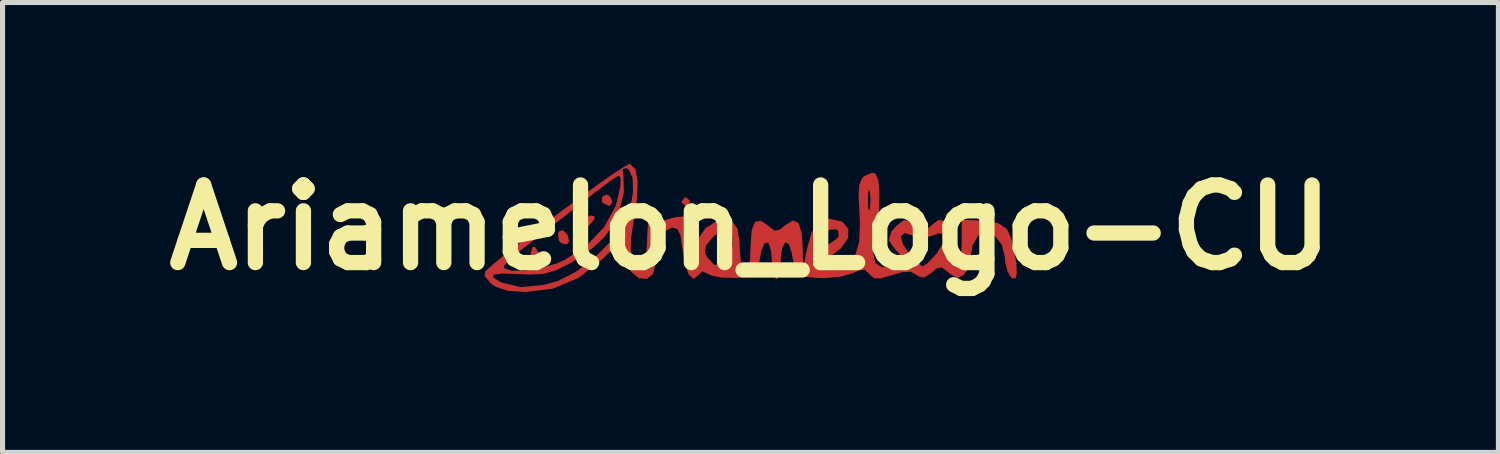
<source format=kicad_pcb>
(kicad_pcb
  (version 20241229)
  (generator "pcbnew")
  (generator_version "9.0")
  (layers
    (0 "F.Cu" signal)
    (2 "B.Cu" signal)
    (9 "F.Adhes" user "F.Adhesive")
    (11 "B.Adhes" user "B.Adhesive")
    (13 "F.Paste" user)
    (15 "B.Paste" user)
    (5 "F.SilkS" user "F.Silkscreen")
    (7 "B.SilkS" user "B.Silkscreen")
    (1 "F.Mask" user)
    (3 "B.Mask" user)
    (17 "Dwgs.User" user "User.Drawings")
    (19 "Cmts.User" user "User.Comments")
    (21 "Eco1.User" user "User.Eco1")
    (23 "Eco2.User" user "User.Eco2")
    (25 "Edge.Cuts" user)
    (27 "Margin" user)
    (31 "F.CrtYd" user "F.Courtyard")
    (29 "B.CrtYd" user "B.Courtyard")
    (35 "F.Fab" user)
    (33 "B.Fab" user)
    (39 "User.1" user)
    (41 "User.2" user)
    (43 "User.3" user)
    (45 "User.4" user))
  (footprint "Ariamelon_Logo-CU"
    (layer "F.Cu")
    (at 11.691 1.418)
    (property "Reference" "Ariamelon_Logo-CU" (at 0 0 0) (layer "F.SilkS") (effects (font (size 1.524 1.524) (thickness 0.3))))
    (attr board_only exclude_from_pos_files exclude_from_bom)
    (fp_poly (pts (xy -4.155 0.504) (xy -4.149 0.555) (xy -4.196 0.665) (xy -4.233 0.677) (xy -4.301 0.606) (xy -4.318 0.503) (xy -4.285 0.386) (xy -4.233 0.381)) (stroke (width 0) (type solid)) (fill yes) (layer "F.Cu"))
    (fp_poly (pts (xy -3.598 0.138) (xy -3.557 0.275) (xy -3.61 0.336) (xy -3.716 0.307) (xy -3.768 0.254) (xy -3.779 0.113) (xy -3.762 0.076) (xy -3.684 0.053)) (stroke (width 0) (type solid)) (fill yes) (layer "F.Cu"))
    (fp_poly (pts (xy -3.059 -0.215) (xy -3.064 -0.164) (xy -3.171 -0.036) (xy -3.212 -0.016) (xy -3.291 -0.039) (xy -3.286 -0.09) (xy -3.179 -0.218) (xy -3.138 -0.238)) (stroke (width 0) (type solid)) (fill yes) (layer "F.Cu"))
    (fp_poly (pts (xy -2.763 -0.619) (xy -2.711 -0.502) (xy -2.765 -0.426) (xy -2.789 -0.423) (xy -2.904 -0.485) (xy -2.917 -0.502) (xy -2.913 -0.603) (xy -2.824 -0.646)) (stroke (width 0) (type solid)) (fill yes) (layer "F.Cu"))
    (fp_poly (pts (xy -1.188 -0.528) (xy -1.185 -0.508) (xy -1.25 -0.426) (xy -1.27 -0.423) (xy -1.352 -0.488) (xy -1.355 -0.508) (xy -1.29 -0.59) (xy -1.27 -0.593)) (stroke (width 0) (type solid)) (fill yes) (layer "F.Cu"))
    (fp_poly (pts (xy -2.371 -1.25) (xy -2.26 -1.147) (xy -2.215 -0.897) (xy -2.235 -0.51) (xy -2.291 -0.148) (xy -2.346 0.206) (xy -2.35 0.448) (xy -2.305 0.626) (xy -2.299 0.64) (xy -2.199 0.794) (xy -2.116 0.788) (xy -2.059 0.632) (xy -2.033 0.334) (xy -2.032 0.249) (xy -2.019 -0.02) (xy -1.985 -0.201) (xy -1.947 -0.254) (xy -1.865 -0.192) (xy -1.863 -0.172) (xy -1.801 -0.116) (xy -1.757 -0.123) (xy -1.464 -0.205) (xy -1.293 -0.217) (xy -1.209 -0.145) (xy -1.173 0.026) (xy -1.166 0.105) (xy -1.146 0.326) (xy -1.122 0.394) (xy -1.078 0.326) (xy -1.036 0.232) (xy -0.88 0.012) (xy -0.665 -0.123) (xy -0.446 -0.148) (xy -0.353 -0.112) (xy -0.254 0.023) (xy -0.214 0.283) (xy -0.212 0.384) (xy -0.19 0.658) (xy -0.131 0.809) (xy -0.106 0.826) (xy -0.041 0.793) (xy -0.007 0.626) (xy 0 0.393) (xy 0.022 0.062) (xy 0.089 -0.111) (xy 0.208 -0.13) (xy 0.344 -0.038) (xy 0.476 0.062) (xy 0.577 0.042) (xy 0.672 -0.038) (xy 0.836 -0.138) (xy 0.946 -0.088) (xy 1.008 0.117) (xy 1.025 0.365) (xy 1.035 0.804) (xy 1.107 0.435) (xy 1.142 0.31) (xy 1.355 0.31) (xy 1.388 0.385) (xy 1.513 0.344) (xy 1.519 0.341) (xy 1.674 0.236) (xy 1.732 0.175) (xy 1.721 0.067) (xy 1.691 0.041) (xy 1.559 0.042) (xy 1.425 0.144) (xy 1.355 0.293) (xy 1.355 0.31) (xy 1.142 0.31) (xy 1.202 0.097) (xy 1.333 -0.096) (xy 1.518 -0.168) (xy 1.56 -0.169) (xy 1.803 -0.115) (xy 1.923 0.024) (xy 1.916 0.211) (xy 1.777 0.411) (xy 1.642 0.514) (xy 1.459 0.638) (xy 1.409 0.716) (xy 1.472 0.778) (xy 1.474 0.78) (xy 1.699 0.82) (xy 1.917 0.714) (xy 2.066 0.523) (xy 2.136 0.281) (xy 2.151 -0.082) (xy 2.14 -0.299) (xy 2.128 -0.55) (xy 2.307 -0.55) (xy 2.314 -0.376) (xy 2.333 -0.331) (xy 2.344 -0.359) (xy 2.36 -0.562) (xy 2.346 -0.698) (xy 2.324 -0.744) (xy 2.31 -0.643) (xy 2.307 -0.55) (xy 2.128 -0.55) (xy 2.124 -0.634) (xy 2.14 -0.843) (xy 2.192 -0.966) (xy 2.23 -1.005) (xy 2.377 -1.072) (xy 2.452 -1.061) (xy 2.508 -0.941) (xy 2.533 -0.702) (xy 2.528 -0.39) (xy 2.491 -0.053) (xy 2.452 0.152) (xy 2.409 0.486) (xy 2.456 0.7) (xy 2.588 0.783) (xy 2.753 0.746) (xy 2.927 0.641) (xy 2.942 0.537) (xy 2.836 0.423) (xy 2.72 0.258) (xy 2.743 0.17) (xy 2.956 0.17) (xy 2.993 0.324) (xy 3.1 0.488) (xy 3.25 0.66) (xy 3.365 0.755) (xy 3.387 0.762) (xy 3.48 0.701) (xy 3.624 0.549) (xy 3.674 0.488) (xy 3.8 0.279) (xy 3.809 0.145) (xy 3.708 0.111) (xy 3.565 0.164) (xy 3.357 0.216) (xy 3.208 0.164) (xy 3.03 0.109) (xy 2.956 0.17) (xy 2.743 0.17) (xy 2.767 0.081) (xy 2.879 -0.042) (xy 3.012 -0.145) (xy 3.112 -0.13) (xy 3.217 -0.042) (xy 3.35 0.06) (xy 3.45 0.045) (xy 3.559 -0.045) (xy 3.688 -0.146) (xy 3.784 -0.136) (xy 3.914 -0.019) (xy 4.034 0.13) (xy 4.036 0.262) (xy 3.985 0.37) (xy 3.923 0.576) (xy 3.967 0.721) (xy 4.069 0.762) (xy 4.113 0.686) (xy 4.142 0.489) (xy 4.149 0.306) (xy 4.149 -0.15) (xy 4.538 -0.137) (xy 4.859 -0.089) (xy 5.037 0.027) (xy 5.112 0.191) (xy 5.177 0.432) (xy 5.221 0.689) (xy 5.233 0.9) (xy 5.209 1) (xy 5.13 0.996) (xy 5.054 0.873) (xy 5.004 0.679) (xy 4.997 0.578) (xy 4.937 0.338) (xy 4.791 0.155) (xy 4.611 0.085) (xy 4.472 0.16) (xy 4.364 0.351) (xy 4.318 0.604) (xy 4.318 0.619) (xy 4.268 0.824) (xy 4.189 0.933) (xy 4.068 0.991) (xy 3.936 0.925) (xy 3.893 0.888) (xy 3.76 0.786) (xy 3.66 0.803) (xy 3.558 0.888) (xy 3.413 0.986) (xy 3.297 0.96) (xy 3.259 0.93) (xy 3.14 0.869) (xy 2.975 0.879) (xy 2.781 0.936) (xy 2.556 1) (xy 2.429 0.998) (xy 2.345 0.926) (xy 2.337 0.915) (xy 2.245 0.829) (xy 2.123 0.845) (xy 2.016 0.897) (xy 1.786 0.965) (xy 1.472 0.995) (xy 1.342 0.993) (xy 1.072 0.971) (xy 0.93 0.924) (xy 0.872 0.836) (xy 0.866 0.804) (xy 0.808 0.489) (xy 0.751 0.325) (xy 0.686 0.292) (xy 0.675 0.298) (xy 0.622 0.408) (xy 0.594 0.618) (xy 0.593 0.682) (xy 0.574 0.893) (xy 0.526 1.008) (xy 0.508 1.016) (xy 0.455 0.941) (xy 0.425 0.754) (xy 0.423 0.682) (xy 0.404 0.457) (xy 0.357 0.314) (xy 0.341 0.298) (xy 0.275 0.312) (xy 0.216 0.455) (xy 0.159 0.747) (xy 0.15 0.804) (xy 0.105 0.91) (xy -0.02 0.966) (xy -0.267 0.992) (xy -0.291 0.993) (xy -0.559 0.985) (xy -0.767 0.944) (xy -0.826 0.914) (xy -0.944 0.863) (xy -1.019 0.936) (xy -1.116 1.009) (xy -1.21 0.931) (xy -1.287 0.723) (xy -1.326 0.483) (xy -0.893 0.483) (xy -0.852 0.582) (xy -0.708 0.737) (xy -0.55 0.734) (xy -0.426 0.598) (xy -0.349 0.363) (xy -0.357 0.151) (xy -0.432 0.037) (xy -0.548 0.052) (xy -0.71 0.165) (xy -0.737 0.191) (xy -0.874 0.354) (xy -0.893 0.483) (xy -1.326 0.483) (xy -1.335 0.428) (xy -1.372 0.168) (xy -1.429 0.038) (xy -1.525 0.000249) (xy -1.537 0) (xy -1.689 0.078) (xy -1.803 0.286) (xy -1.859 0.587) (xy -1.863 0.686) (xy -1.911 0.91) (xy -2.032 1.011) (xy -2.19 0.995) (xy -2.348 0.868) (xy -2.47 0.637) (xy -2.489 0.575) (xy -2.564 0.278) (xy -2.898 0.612) (xy -3.372 0.988) (xy -3.888 1.204) (xy -4.414 1.268) (xy -4.766 1.245) (xy -5.005 1.166) (xy -5.092 1.107) (xy -5.201 0.981) (xy -5.054 0.981) (xy -4.911 1.071) (xy -4.889 1.082) (xy -4.512 1.173) (xy -4.047 1.126) (xy -3.785 1.051) (xy -3.44 0.878) (xy -3.082 0.608) (xy -2.756 0.284) (xy -2.502 -0.054) (xy -2.369 -0.343) (xy -2.307 -0.686) (xy -2.314 -0.962) (xy -2.387 -1.134) (xy -2.438 -1.166) (xy -2.51 -1.145) (xy -2.495 -0.994) (xy -2.495 -0.993) (xy -2.487 -0.686) (xy -2.578 -0.326) (xy -2.748 0.023) (xy -2.876 0.196) (xy -3.095 0.399) (xy -3.386 0.609) (xy -3.558 0.712) (xy -3.834 0.848) (xy -4.07 0.913) (xy -4.349 0.925) (xy -4.537 0.916) (xy -4.871 0.904) (xy -5.042 0.926) (xy -5.054 0.981) (xy -5.201 0.981) (xy -5.224 0.955) (xy -5.207 0.859) (xy -5.135 0.795) (xy -4.849 0.795) (xy -4.696 0.849) (xy -4.439 0.848) (xy -4.129 0.8) (xy -3.82 0.712) (xy -3.651 0.64) (xy -3.216 0.353) (xy -2.872 -0.01) (xy -2.654 -0.408) (xy -2.63 -0.485) (xy -2.555 -0.805) (xy -2.55 -0.978) (xy -2.591 -1.016) (xy -2.674 -0.967) (xy -2.86 -0.833) (xy -3.12 -0.636) (xy -3.374 -0.439) (xy -3.723 -0.164) (xy -4.071 0.108) (xy -4.368 0.337) (xy -4.503 0.442) (xy -4.706 0.61) (xy -4.83 0.74) (xy -4.849 0.795) (xy -5.135 0.795) (xy -5.042 0.712) (xy -4.785 0.501) (xy -4.46 0.246) (xy -4.092 -0.036) (xy -3.706 -0.326) (xy -3.327 -0.605) (xy -2.98 -0.856) (xy -2.688 -1.059) (xy -2.478 -1.196) (xy -2.374 -1.25)) (stroke (width 0) (type solid)) (fill yes) (layer "F.Cu"))
    (fp_poly (pts (xy -4.155 0.504) (xy -4.149 0.555) (xy -4.196 0.665) (xy -4.233 0.677) (xy -4.301 0.606) (xy -4.318 0.503) (xy -4.285 0.386) (xy -4.233 0.381)) (stroke (width 0) (type solid)) (fill yes) (layer "F.Mask"))
    (fp_poly (pts (xy -3.598 0.138) (xy -3.557 0.275) (xy -3.61 0.336) (xy -3.716 0.307) (xy -3.768 0.254) (xy -3.779 0.113) (xy -3.762 0.076) (xy -3.684 0.053)) (stroke (width 0) (type solid)) (fill yes) (layer "F.Mask"))
    (fp_poly (pts (xy -3.059 -0.215) (xy -3.064 -0.164) (xy -3.171 -0.036) (xy -3.212 -0.016) (xy -3.291 -0.039) (xy -3.286 -0.09) (xy -3.179 -0.218) (xy -3.138 -0.238)) (stroke (width 0) (type solid)) (fill yes) (layer "F.Mask"))
    (fp_poly (pts (xy -2.763 -0.619) (xy -2.711 -0.502) (xy -2.765 -0.426) (xy -2.789 -0.423) (xy -2.904 -0.485) (xy -2.917 -0.502) (xy -2.913 -0.603) (xy -2.824 -0.646)) (stroke (width 0) (type solid)) (fill yes) (layer "F.Mask"))
    (fp_poly (pts (xy -1.188 -0.528) (xy -1.185 -0.508) (xy -1.25 -0.426) (xy -1.27 -0.423) (xy -1.352 -0.488) (xy -1.355 -0.508) (xy -1.29 -0.59) (xy -1.27 -0.593)) (stroke (width 0) (type solid)) (fill yes) (layer "F.Mask"))
    (fp_poly (pts (xy -2.371 -1.25) (xy -2.26 -1.147) (xy -2.215 -0.897) (xy -2.235 -0.51) (xy -2.291 -0.148) (xy -2.346 0.206) (xy -2.35 0.448) (xy -2.305 0.626) (xy -2.299 0.64) (xy -2.199 0.794) (xy -2.116 0.788) (xy -2.059 0.632) (xy -2.033 0.334) (xy -2.032 0.249) (xy -2.019 -0.02) (xy -1.985 -0.201) (xy -1.947 -0.254) (xy -1.865 -0.192) (xy -1.863 -0.172) (xy -1.801 -0.116) (xy -1.757 -0.123) (xy -1.464 -0.205) (xy -1.293 -0.217) (xy -1.209 -0.145) (xy -1.173 0.026) (xy -1.166 0.105) (xy -1.146 0.326) (xy -1.122 0.394) (xy -1.078 0.326) (xy -1.036 0.232) (xy -0.88 0.012) (xy -0.665 -0.123) (xy -0.446 -0.148) (xy -0.353 -0.112) (xy -0.254 0.023) (xy -0.214 0.283) (xy -0.212 0.384) (xy -0.19 0.658) (xy -0.131 0.809) (xy -0.106 0.826) (xy -0.041 0.793) (xy -0.007 0.626) (xy 0 0.393) (xy 0.022 0.062) (xy 0.089 -0.111) (xy 0.208 -0.13) (xy 0.344 -0.038) (xy 0.476 0.062) (xy 0.577 0.042) (xy 0.672 -0.038) (xy 0.836 -0.138) (xy 0.946 -0.088) (xy 1.008 0.117) (xy 1.025 0.365) (xy 1.035 0.804) (xy 1.107 0.435) (xy 1.142 0.31) (xy 1.355 0.31) (xy 1.388 0.385) (xy 1.513 0.344) (xy 1.519 0.341) (xy 1.674 0.236) (xy 1.732 0.175) (xy 1.721 0.067) (xy 1.691 0.041) (xy 1.559 0.042) (xy 1.425 0.144) (xy 1.355 0.293) (xy 1.355 0.31) (xy 1.142 0.31) (xy 1.202 0.097) (xy 1.333 -0.096) (xy 1.518 -0.168) (xy 1.56 -0.169) (xy 1.803 -0.115) (xy 1.923 0.024) (xy 1.916 0.211) (xy 1.777 0.411) (xy 1.642 0.514) (xy 1.459 0.638) (xy 1.409 0.716) (xy 1.472 0.778) (xy 1.474 0.78) (xy 1.699 0.82) (xy 1.917 0.714) (xy 2.066 0.523) (xy 2.136 0.281) (xy 2.151 -0.082) (xy 2.14 -0.299) (xy 2.128 -0.55) (xy 2.307 -0.55) (xy 2.314 -0.376) (xy 2.333 -0.331) (xy 2.344 -0.359) (xy 2.36 -0.562) (xy 2.346 -0.698) (xy 2.324 -0.744) (xy 2.31 -0.643) (xy 2.307 -0.55) (xy 2.128 -0.55) (xy 2.124 -0.634) (xy 2.14 -0.843) (xy 2.192 -0.966) (xy 2.23 -1.005) (xy 2.377 -1.072) (xy 2.452 -1.061) (xy 2.508 -0.941) (xy 2.533 -0.702) (xy 2.528 -0.39) (xy 2.491 -0.053) (xy 2.452 0.152) (xy 2.409 0.486) (xy 2.456 0.7) (xy 2.588 0.783) (xy 2.753 0.746) (xy 2.927 0.641) (xy 2.942 0.537) (xy 2.836 0.423) (xy 2.72 0.258) (xy 2.743 0.17) (xy 2.956 0.17) (xy 2.993 0.324) (xy 3.1 0.488) (xy 3.25 0.66) (xy 3.365 0.755) (xy 3.387 0.762) (xy 3.48 0.701) (xy 3.624 0.549) (xy 3.674 0.488) (xy 3.8 0.279) (xy 3.809 0.145) (xy 3.708 0.111) (xy 3.565 0.164) (xy 3.357 0.216) (xy 3.208 0.164) (xy 3.03 0.109) (xy 2.956 0.17) (xy 2.743 0.17) (xy 2.767 0.081) (xy 2.879 -0.042) (xy 3.012 -0.145) (xy 3.112 -0.13) (xy 3.217 -0.042) (xy 3.35 0.06) (xy 3.45 0.045) (xy 3.559 -0.045) (xy 3.688 -0.146) (xy 3.784 -0.136) (xy 3.914 -0.019) (xy 4.034 0.13) (xy 4.036 0.262) (xy 3.985 0.37) (xy 3.923 0.576) (xy 3.967 0.721) (xy 4.069 0.762) (xy 4.113 0.686) (xy 4.142 0.489) (xy 4.149 0.306) (xy 4.149 -0.15) (xy 4.538 -0.137) (xy 4.859 -0.089) (xy 5.037 0.027) (xy 5.112 0.191) (xy 5.177 0.432) (xy 5.221 0.689) (xy 5.233 0.9) (xy 5.209 1) (xy 5.13 0.996) (xy 5.054 0.873) (xy 5.004 0.679) (xy 4.997 0.578) (xy 4.937 0.338) (xy 4.791 0.155) (xy 4.611 0.085) (xy 4.472 0.16) (xy 4.364 0.351) (xy 4.318 0.604) (xy 4.318 0.619) (xy 4.268 0.824) (xy 4.189 0.933) (xy 4.068 0.991) (xy 3.936 0.925) (xy 3.893 0.888) (xy 3.76 0.786) (xy 3.66 0.803) (xy 3.558 0.888) (xy 3.413 0.986) (xy 3.297 0.96) (xy 3.259 0.93) (xy 3.14 0.869) (xy 2.975 0.879) (xy 2.781 0.936) (xy 2.556 1) (xy 2.429 0.998) (xy 2.345 0.926) (xy 2.337 0.915) (xy 2.245 0.829) (xy 2.123 0.845) (xy 2.016 0.897) (xy 1.786 0.965) (xy 1.472 0.995) (xy 1.342 0.993) (xy 1.072 0.971) (xy 0.93 0.924) (xy 0.872 0.836) (xy 0.866 0.804) (xy 0.808 0.489) (xy 0.751 0.325) (xy 0.686 0.292) (xy 0.675 0.298) (xy 0.622 0.408) (xy 0.594 0.618) (xy 0.593 0.682) (xy 0.574 0.893) (xy 0.526 1.008) (xy 0.508 1.016) (xy 0.455 0.941) (xy 0.425 0.754) (xy 0.423 0.682) (xy 0.404 0.457) (xy 0.357 0.314) (xy 0.341 0.298) (xy 0.275 0.312) (xy 0.216 0.455) (xy 0.159 0.747) (xy 0.15 0.804) (xy 0.105 0.91) (xy -0.02 0.966) (xy -0.267 0.992) (xy -0.291 0.993) (xy -0.559 0.985) (xy -0.767 0.944) (xy -0.826 0.914) (xy -0.944 0.863) (xy -1.019 0.936) (xy -1.116 1.009) (xy -1.21 0.931) (xy -1.287 0.723) (xy -1.326 0.483) (xy -0.893 0.483) (xy -0.852 0.582) (xy -0.708 0.737) (xy -0.55 0.734) (xy -0.426 0.598) (xy -0.349 0.363) (xy -0.357 0.151) (xy -0.432 0.037) (xy -0.548 0.052) (xy -0.71 0.165) (xy -0.737 0.191) (xy -0.874 0.354) (xy -0.893 0.483) (xy -1.326 0.483) (xy -1.335 0.428) (xy -1.372 0.168) (xy -1.429 0.038) (xy -1.525 0.000249) (xy -1.537 0) (xy -1.689 0.078) (xy -1.803 0.286) (xy -1.859 0.587) (xy -1.863 0.686) (xy -1.911 0.91) (xy -2.032 1.011) (xy -2.19 0.995) (xy -2.348 0.868) (xy -2.47 0.637) (xy -2.489 0.575) (xy -2.564 0.278) (xy -2.898 0.612) (xy -3.372 0.988) (xy -3.888 1.204) (xy -4.414 1.268) (xy -4.766 1.245) (xy -5.005 1.166) (xy -5.092 1.107) (xy -5.201 0.981) (xy -5.054 0.981) (xy -4.911 1.071) (xy -4.889 1.082) (xy -4.512 1.173) (xy -4.047 1.126) (xy -3.785 1.051) (xy -3.44 0.878) (xy -3.082 0.608) (xy -2.756 0.284) (xy -2.502 -0.054) (xy -2.369 -0.343) (xy -2.307 -0.686) (xy -2.314 -0.962) (xy -2.387 -1.134) (xy -2.438 -1.166) (xy -2.51 -1.145) (xy -2.495 -0.994) (xy -2.495 -0.993) (xy -2.487 -0.686) (xy -2.578 -0.326) (xy -2.748 0.023) (xy -2.876 0.196) (xy -3.095 0.399) (xy -3.386 0.609) (xy -3.558 0.712) (xy -3.834 0.848) (xy -4.07 0.913) (xy -4.349 0.925) (xy -4.537 0.916) (xy -4.871 0.904) (xy -5.042 0.926) (xy -5.054 0.981) (xy -5.201 0.981) (xy -5.224 0.955) (xy -5.207 0.859) (xy -5.135 0.795) (xy -4.849 0.795) (xy -4.696 0.849) (xy -4.439 0.848) (xy -4.129 0.8) (xy -3.82 0.712) (xy -3.651 0.64) (xy -3.216 0.353) (xy -2.872 -0.01) (xy -2.654 -0.408) (xy -2.63 -0.485) (xy -2.555 -0.805) (xy -2.55 -0.978) (xy -2.591 -1.016) (xy -2.674 -0.967) (xy -2.86 -0.833) (xy -3.12 -0.636) (xy -3.374 -0.439) (xy -3.723 -0.164) (xy -4.071 0.108) (xy -4.368 0.337) (xy -4.503 0.442) (xy -4.706 0.61) (xy -4.83 0.74) (xy -4.849 0.795) (xy -5.135 0.795) (xy -5.042 0.712) (xy -4.785 0.501) (xy -4.46 0.246) (xy -4.092 -0.036) (xy -3.706 -0.326) (xy -3.327 -0.605) (xy -2.98 -0.856) (xy -2.688 -1.059) (xy -2.478 -1.196) (xy -2.374 -1.25)) (stroke (width 0) (type solid)) (fill yes) (layer "F.Mask")))
  (gr_rect
    (start -3 -3)
    (end 26.383 5.836)
    (stroke (width 0.1) (type default))
    (fill no)
    (layer "Edge.Cuts")))
</source>
